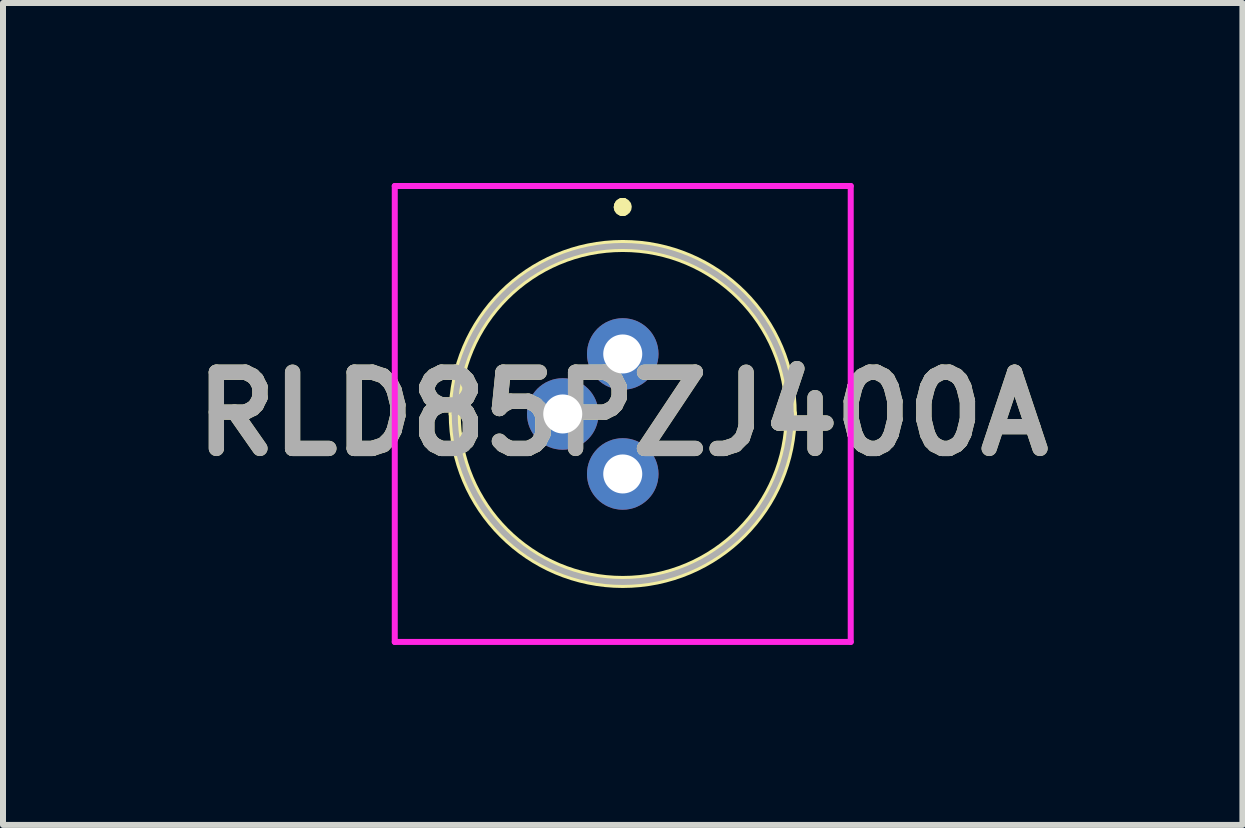
<source format=kicad_pcb>
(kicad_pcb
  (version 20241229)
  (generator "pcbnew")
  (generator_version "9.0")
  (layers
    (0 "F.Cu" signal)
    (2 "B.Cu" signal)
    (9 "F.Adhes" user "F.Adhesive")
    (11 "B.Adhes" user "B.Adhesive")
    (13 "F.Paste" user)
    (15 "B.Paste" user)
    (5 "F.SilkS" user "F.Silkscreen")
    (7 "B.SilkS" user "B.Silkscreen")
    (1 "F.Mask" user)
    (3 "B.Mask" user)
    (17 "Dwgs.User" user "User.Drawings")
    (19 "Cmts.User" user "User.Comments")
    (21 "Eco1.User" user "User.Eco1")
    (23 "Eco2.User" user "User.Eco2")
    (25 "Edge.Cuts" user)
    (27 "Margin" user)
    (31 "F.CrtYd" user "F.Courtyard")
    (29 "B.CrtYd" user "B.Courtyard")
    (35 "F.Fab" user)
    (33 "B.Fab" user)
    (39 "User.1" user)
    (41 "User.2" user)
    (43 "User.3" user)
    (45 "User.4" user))
  (footprint "RLD85PZJ400A"
    (layer "F.Cu")
    (at 7.33 2.85)
    (property "Reference" "RLD85PZJ400A" (at 0 1 0) (layer "F.SilkS") (effects (font (size 1.27 1.27) (thickness 0.254))))
    (attr through_hole)
    (fp_line (start -2.8 1) (end -2.8 1) (stroke (width 0.2) (type solid)) (layer "F.SilkS"))
    (fp_line (start 0 -2.5) (end 0 -2.5) (stroke (width 0.2) (type solid)) (layer "F.SilkS"))
    (fp_line (start 0 -2.5) (end 0 -2.5) (stroke (width 0.2) (type solid)) (layer "F.SilkS"))
    (fp_line (start 0 -2.4) (end 0 -2.4) (stroke (width 0.2) (type solid)) (layer "F.SilkS"))
    (fp_line (start 2.8 1) (end 2.8 1) (stroke (width 0.2) (type solid)) (layer "F.SilkS"))
    (fp_arc (start -2.8 1) (mid 0 -1.8) (end 2.8 1) (stroke (width 0.2) (type solid)) (layer "F.SilkS"))
    (fp_arc (start 0 -2.5) (mid 0.05 -2.45) (end 0 -2.4) (stroke (width 0.2) (type solid)) (layer "F.SilkS"))
    (fp_arc (start 0 -2.4) (mid -0.05 -2.45) (end 0 -2.5) (stroke (width 0.2) (type solid)) (layer "F.SilkS"))
    (fp_arc (start 0 -2.4) (mid -0.05 -2.45) (end 0 -2.5) (stroke (width 0.2) (type solid)) (layer "F.SilkS"))
    (fp_arc (start 2.8 1) (mid 0 3.8) (end -2.8 1) (stroke (width 0.2) (type solid)) (layer "F.SilkS"))
    (fp_line (start -3.8 -2.8) (end 3.8 -2.8) (stroke (width 0.1) (type solid)) (layer "F.CrtYd"))
    (fp_line (start -3.8 4.8) (end -3.8 -2.8) (stroke (width 0.1) (type solid)) (layer "F.CrtYd"))
    (fp_line (start 3.8 -2.8) (end 3.8 4.8) (stroke (width 0.1) (type solid)) (layer "F.CrtYd"))
    (fp_line (start 3.8 4.8) (end -3.8 4.8) (stroke (width 0.1) (type solid)) (layer "F.CrtYd"))
    (fp_line (start -2.8 1) (end -2.8 1) (stroke (width 0.1) (type solid)) (layer "F.Fab"))
    (fp_line (start 2.8 1) (end 2.8 1) (stroke (width 0.1) (type solid)) (layer "F.Fab"))
    (fp_arc (start -2.8 1) (mid 0 -1.8) (end 2.8 1) (stroke (width 0.1) (type solid)) (layer "F.Fab"))
    (fp_arc (start 2.8 1) (mid 0 3.8) (end -2.8 1) (stroke (width 0.1) (type solid)) (layer "F.Fab"))
    (fp_text user "${REFERENCE}" (at 0 1 0) (layer "F.Fab") (effects (font (size 1.27 1.27) (thickness 0.254))))
    (pad "1" thru_hole circle (at 0 0) (size 1.192 1.192) (drill 0.65) (layers "*.Cu" "*.Mask"))
    (pad "2" thru_hole circle (at 0 2) (size 1.192 1.192) (drill 0.65) (layers "*.Cu" "*.Mask"))
    (pad "3" thru_hole circle (at -1 1) (size 1.192 1.192) (drill 0.65) (layers "*.Cu" "*.Mask")))
  (gr_rect
    (start -3 -3)
    (end 17.659 10.7)
    (stroke (width 0.1) (type default))
    (fill no)
    (layer "Edge.Cuts")))
</source>
